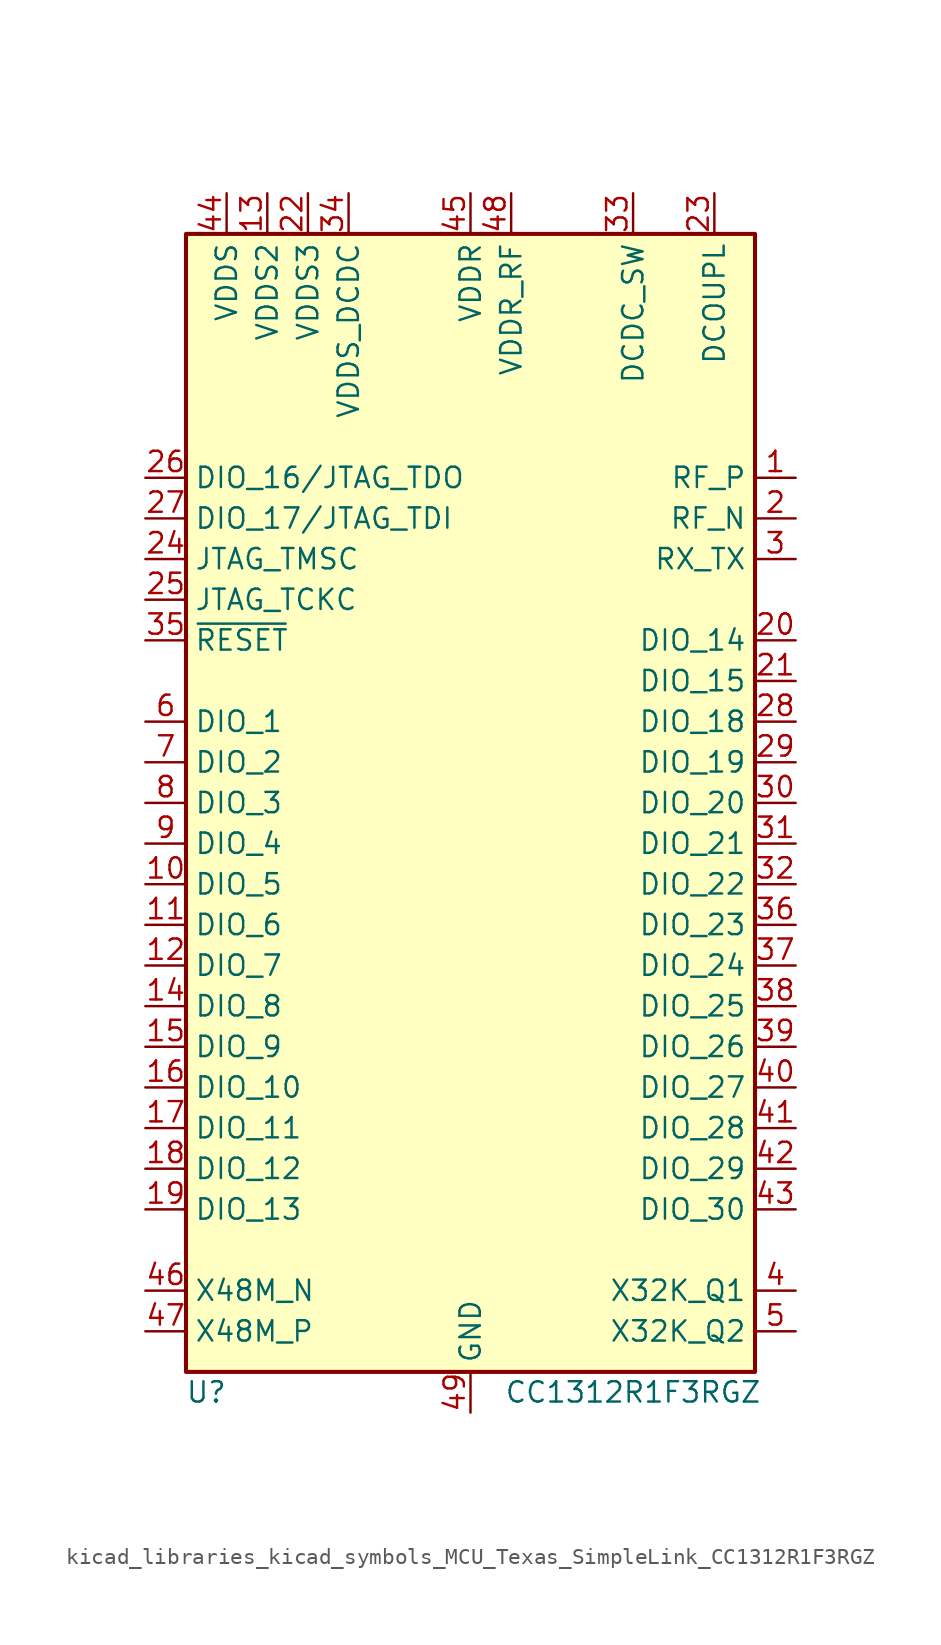
<source format=kicad_sym>
(kicad_symbol_lib
  (version 20220914)
  (generator kicad_symbol_editor)
  (symbol "kicad_libraries_kicad_symbols_MCU_Texas_SimpleLink_CC1312R1F3RGZ"
    (property "Reference" "U"
      (at -16.51 -36.83 0)
      (effects (font (size 1.27 1.27))))
    (property "Value" "CC1312R1F3RGZ"
      (at 10.16 -36.83 0)
      (effects (font (size 1.27 1.27))))
    (symbol "kicad_libraries_kicad_symbols_MCU_Texas_SimpleLink_CC1312R1F3RGZ_0_1"
      (rectangle (start -17.78 35.56) (end 17.78 -35.56) (stroke (width 0.254) (type default)) (fill (type background))))
    (symbol "kicad_libraries_kicad_symbols_MCU_Texas_SimpleLink_CC1312R1F3RGZ_1_1"
      (pin passive line (at 20.32 20.32 180) (length 2.54) (name "RF_P" (effects (font (size 1.27 1.27)))) (number "1" (effects (font (size 1.27 1.27)))))
      (pin bidirectional line (at -20.32 -5.08 0) (length 2.54) (name "DIO_5" (effects (font (size 1.27 1.27)))) (number "10" (effects (font (size 1.27 1.27)))))
      (pin bidirectional line (at -20.32 -7.62 0) (length 2.54) (name "DIO_6" (effects (font (size 1.27 1.27)))) (number "11" (effects (font (size 1.27 1.27)))))
      (pin bidirectional line (at -20.32 -10.16 0) (length 2.54) (name "DIO_7" (effects (font (size 1.27 1.27)))) (number "12" (effects (font (size 1.27 1.27)))))
      (pin power_in line (at -12.7 38.1 270) (length 2.54) (name "VDDS2" (effects (font (size 1.27 1.27)))) (number "13" (effects (font (size 1.27 1.27)))))
      (pin bidirectional line (at -20.32 -12.7 0) (length 2.54) (name "DIO_8" (effects (font (size 1.27 1.27)))) (number "14" (effects (font (size 1.27 1.27)))))
      (pin bidirectional line (at -20.32 -15.24 0) (length 2.54) (name "DIO_9" (effects (font (size 1.27 1.27)))) (number "15" (effects (font (size 1.27 1.27)))))
      (pin bidirectional line (at -20.32 -17.78 0) (length 2.54) (name "DIO_10" (effects (font (size 1.27 1.27)))) (number "16" (effects (font (size 1.27 1.27)))))
      (pin bidirectional line (at -20.32 -20.32 0) (length 2.54) (name "DIO_11" (effects (font (size 1.27 1.27)))) (number "17" (effects (font (size 1.27 1.27)))))
      (pin bidirectional line (at -20.32 -22.86 0) (length 2.54) (name "DIO_12" (effects (font (size 1.27 1.27)))) (number "18" (effects (font (size 1.27 1.27)))))
      (pin bidirectional line (at -20.32 -25.4 0) (length 2.54) (name "DIO_13" (effects (font (size 1.27 1.27)))) (number "19" (effects (font (size 1.27 1.27)))))
      (pin passive line (at 20.32 17.78 180) (length 2.54) (name "RF_N" (effects (font (size 1.27 1.27)))) (number "2" (effects (font (size 1.27 1.27)))))
      (pin bidirectional line (at 20.32 10.16 180) (length 2.54) (name "DIO_14" (effects (font (size 1.27 1.27)))) (number "20" (effects (font (size 1.27 1.27)))))
      (pin bidirectional line (at 20.32 7.62 180) (length 2.54) (name "DIO_15" (effects (font (size 1.27 1.27)))) (number "21" (effects (font (size 1.27 1.27)))))
      (pin power_in line (at -10.16 38.1 270) (length 2.54) (name "VDDS3" (effects (font (size 1.27 1.27)))) (number "22" (effects (font (size 1.27 1.27)))))
      (pin power_out line (at 15.24 38.1 270) (length 2.54) (name "DCOUPL" (effects (font (size 1.27 1.27)))) (number "23" (effects (font (size 1.27 1.27)))))
      (pin bidirectional line (at -20.32 15.24 0) (length 2.54) (name "JTAG_TMSC" (effects (font (size 1.27 1.27)))) (number "24" (effects (font (size 1.27 1.27)))))
      (pin input line (at -20.32 12.7 0) (length 2.54) (name "JTAG_TCKC" (effects (font (size 1.27 1.27)))) (number "25" (effects (font (size 1.27 1.27)))))
      (pin bidirectional line (at -20.32 20.32 0) (length 2.54) (name "DIO_16/JTAG_TDO" (effects (font (size 1.27 1.27)))) (number "26" (effects (font (size 1.27 1.27)))))
      (pin bidirectional line (at -20.32 17.78 0) (length 2.54) (name "DIO_17/JTAG_TDI" (effects (font (size 1.27 1.27)))) (number "27" (effects (font (size 1.27 1.27)))))
      (pin bidirectional line (at 20.32 5.08 180) (length 2.54) (name "DIO_18" (effects (font (size 1.27 1.27)))) (number "28" (effects (font (size 1.27 1.27)))))
      (pin bidirectional line (at 20.32 2.54 180) (length 2.54) (name "DIO_19" (effects (font (size 1.27 1.27)))) (number "29" (effects (font (size 1.27 1.27)))))
      (pin passive line (at 20.32 15.24 180) (length 2.54) (name "RX_TX" (effects (font (size 1.27 1.27)))) (number "3" (effects (font (size 1.27 1.27)))))
      (pin bidirectional line (at 20.32 0 180) (length 2.54) (name "DIO_20" (effects (font (size 1.27 1.27)))) (number "30" (effects (font (size 1.27 1.27)))))
      (pin bidirectional line (at 20.32 -2.54 180) (length 2.54) (name "DIO_21" (effects (font (size 1.27 1.27)))) (number "31" (effects (font (size 1.27 1.27)))))
      (pin bidirectional line (at 20.32 -5.08 180) (length 2.54) (name "DIO_22" (effects (font (size 1.27 1.27)))) (number "32" (effects (font (size 1.27 1.27)))))
      (pin power_out line (at 10.16 38.1 270) (length 2.54) (name "DCDC_SW" (effects (font (size 1.27 1.27)))) (number "33" (effects (font (size 1.27 1.27)))))
      (pin power_in line (at -7.62 38.1 270) (length 2.54) (name "VDDS_DCDC" (effects (font (size 1.27 1.27)))) (number "34" (effects (font (size 1.27 1.27)))))
      (pin input line (at -20.32 10.16 0) (length 2.54) (name "~{RESET}" (effects (font (size 1.27 1.27)))) (number "35" (effects (font (size 1.27 1.27)))))
      (pin bidirectional line (at 20.32 -7.62 180) (length 2.54) (name "DIO_23" (effects (font (size 1.27 1.27)))) (number "36" (effects (font (size 1.27 1.27)))))
      (pin bidirectional line (at 20.32 -10.16 180) (length 2.54) (name "DIO_24" (effects (font (size 1.27 1.27)))) (number "37" (effects (font (size 1.27 1.27)))))
      (pin bidirectional line (at 20.32 -12.7 180) (length 2.54) (name "DIO_25" (effects (font (size 1.27 1.27)))) (number "38" (effects (font (size 1.27 1.27)))))
      (pin bidirectional line (at 20.32 -15.24 180) (length 2.54) (name "DIO_26" (effects (font (size 1.27 1.27)))) (number "39" (effects (font (size 1.27 1.27)))))
      (pin input line (at 20.32 -30.48 180) (length 2.54) (name "X32K_Q1" (effects (font (size 1.27 1.27)))) (number "4" (effects (font (size 1.27 1.27)))))
      (pin bidirectional line (at 20.32 -17.78 180) (length 2.54) (name "DIO_27" (effects (font (size 1.27 1.27)))) (number "40" (effects (font (size 1.27 1.27)))))
      (pin bidirectional line (at 20.32 -20.32 180) (length 2.54) (name "DIO_28" (effects (font (size 1.27 1.27)))) (number "41" (effects (font (size 1.27 1.27)))))
      (pin bidirectional line (at 20.32 -22.86 180) (length 2.54) (name "DIO_29" (effects (font (size 1.27 1.27)))) (number "42" (effects (font (size 1.27 1.27)))))
      (pin bidirectional line (at 20.32 -25.4 180) (length 2.54) (name "DIO_30" (effects (font (size 1.27 1.27)))) (number "43" (effects (font (size 1.27 1.27)))))
      (pin power_in line (at -15.24 38.1 270) (length 2.54) (name "VDDS" (effects (font (size 1.27 1.27)))) (number "44" (effects (font (size 1.27 1.27)))))
      (pin power_in line (at 0 38.1 270) (length 2.54) (name "VDDR" (effects (font (size 1.27 1.27)))) (number "45" (effects (font (size 1.27 1.27)))))
      (pin input line (at -20.32 -30.48 0) (length 2.54) (name "X48M_N" (effects (font (size 1.27 1.27)))) (number "46" (effects (font (size 1.27 1.27)))))
      (pin input line (at -20.32 -33.02 0) (length 2.54) (name "X48M_P" (effects (font (size 1.27 1.27)))) (number "47" (effects (font (size 1.27 1.27)))))
      (pin power_in line (at 2.54 38.1 270) (length 2.54) (name "VDDR_RF" (effects (font (size 1.27 1.27)))) (number "48" (effects (font (size 1.27 1.27)))))
      (pin power_in line (at 0 -38.1 90) (length 2.54) (name "GND" (effects (font (size 1.27 1.27)))) (number "49" (effects (font (size 1.27 1.27)))))
      (pin input line (at 20.32 -33.02 180) (length 2.54) (name "X32K_Q2" (effects (font (size 1.27 1.27)))) (number "5" (effects (font (size 1.27 1.27)))))
      (pin bidirectional line (at -20.32 5.08 0) (length 2.54) (name "DIO_1" (effects (font (size 1.27 1.27)))) (number "6" (effects (font (size 1.27 1.27)))))
      (pin bidirectional line (at -20.32 2.54 0) (length 2.54) (name "DIO_2" (effects (font (size 1.27 1.27)))) (number "7" (effects (font (size 1.27 1.27)))))
      (pin bidirectional line (at -20.32 0 0) (length 2.54) (name "DIO_3" (effects (font (size 1.27 1.27)))) (number "8" (effects (font (size 1.27 1.27)))))
      (pin bidirectional line (at -20.32 -2.54 0) (length 2.54) (name "DIO_4" (effects (font (size 1.27 1.27)))) (number "9" (effects (font (size 1.27 1.27))))))))
</source>
